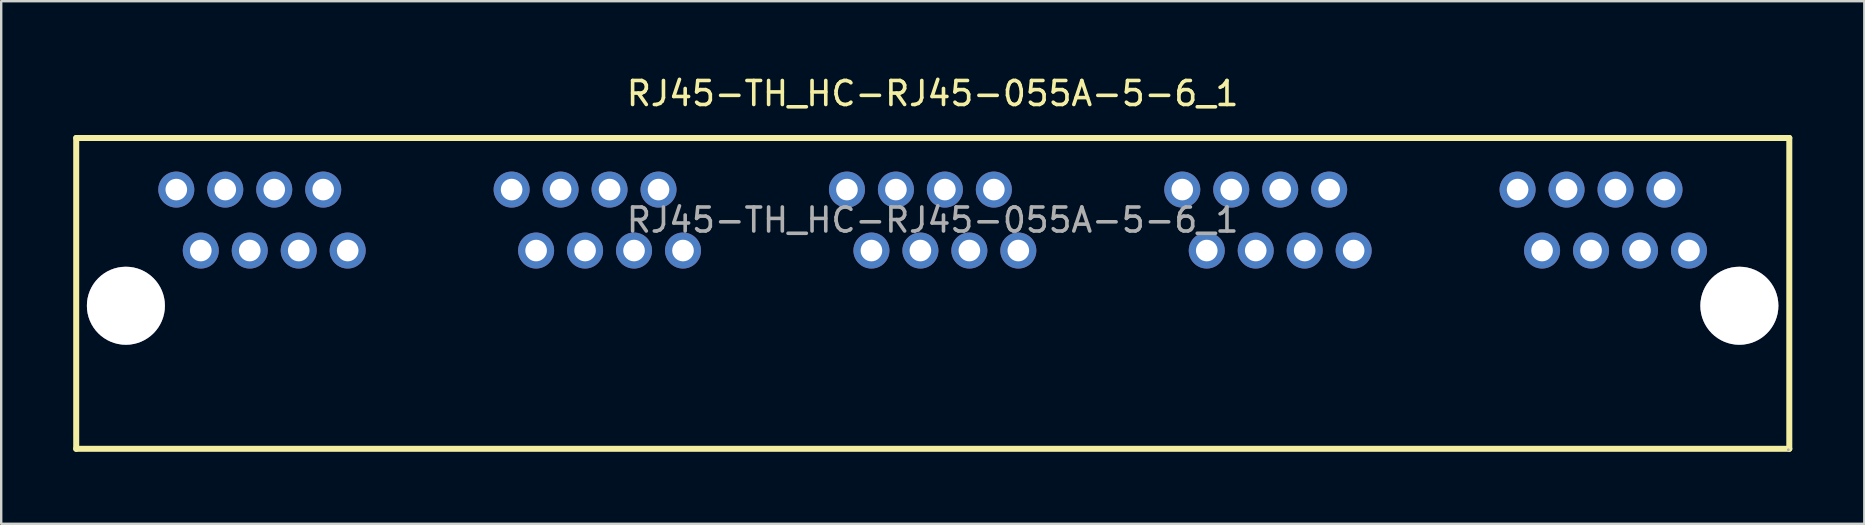
<source format=kicad_pcb>
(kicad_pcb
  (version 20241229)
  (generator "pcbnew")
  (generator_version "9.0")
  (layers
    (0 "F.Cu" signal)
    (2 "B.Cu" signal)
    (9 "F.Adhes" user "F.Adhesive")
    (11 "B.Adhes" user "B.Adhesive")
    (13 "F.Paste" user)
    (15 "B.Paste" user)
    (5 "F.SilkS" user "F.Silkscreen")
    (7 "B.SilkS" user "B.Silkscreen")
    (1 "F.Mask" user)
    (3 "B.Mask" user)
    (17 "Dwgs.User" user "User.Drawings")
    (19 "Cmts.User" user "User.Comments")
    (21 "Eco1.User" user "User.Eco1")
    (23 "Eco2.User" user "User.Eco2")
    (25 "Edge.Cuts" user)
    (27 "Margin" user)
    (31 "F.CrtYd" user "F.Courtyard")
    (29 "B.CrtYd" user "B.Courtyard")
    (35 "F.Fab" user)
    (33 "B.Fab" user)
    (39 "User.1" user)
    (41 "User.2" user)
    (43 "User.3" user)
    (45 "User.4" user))
  (footprint "RJ45-TH_HC-RJ45-055A-5-6_1"
    (layer "F.Cu")
    (at 35.805 6.118)
    (property "Reference" "RJ45-TH_HC-RJ45-055A-5-6_1" (at 0 -5.27 0) (layer "F.SilkS") (effects (font (size 1 1) (thickness 0.15))))
    (attr through_hole)
    (fp_line (start -35.68 -3.42) (end -35.68 9.53) (stroke (width 0.25) (type solid)) (layer "F.SilkS"))
    (fp_line (start -35.68 9.53) (end 35.69 9.53) (stroke (width 0.25) (type solid)) (layer "F.SilkS"))
    (fp_line (start 35.69 -3.42) (end -35.68 -3.42) (stroke (width 0.25) (type solid)) (layer "F.SilkS"))
    (fp_line (start 35.69 9.53) (end 35.69 -3.42) (stroke (width 0.25) (type solid)) (layer "F.SilkS"))
    (fp_circle (center -33.61 3.57) (end -32.91 3.57) (stroke (width 1.4) (type solid)) (fill no) (layer "Cmts.User"))
    (fp_circle (center 33.61 3.57) (end 34.31 3.57) (stroke (width 1.4) (type solid)) (fill no) (layer "Cmts.User"))
    (fp_circle (center -31.51 -1.27) (end -31.39 -1.27) (stroke (width 0.23) (type solid)) (fill no) (layer "F.Fab"))
    (fp_circle (center -30.49 1.27) (end -30.37 1.27) (stroke (width 0.23) (type solid)) (fill no) (layer "F.Fab"))
    (fp_circle (center -29.47 -1.27) (end -29.35 -1.27) (stroke (width 0.23) (type solid)) (fill no) (layer "F.Fab"))
    (fp_circle (center -28.45 1.27) (end -28.33 1.27) (stroke (width 0.23) (type solid)) (fill no) (layer "F.Fab"))
    (fp_circle (center -27.43 -1.27) (end -27.31 -1.27) (stroke (width 0.23) (type solid)) (fill no) (layer "F.Fab"))
    (fp_circle (center -26.41 1.27) (end -26.29 1.27) (stroke (width 0.23) (type solid)) (fill no) (layer "F.Fab"))
    (fp_circle (center -25.39 -1.27) (end -25.27 -1.27) (stroke (width 0.23) (type solid)) (fill no) (layer "F.Fab"))
    (fp_circle (center -24.37 1.27) (end -24.25 1.27) (stroke (width 0.23) (type solid)) (fill no) (layer "F.Fab"))
    (fp_circle (center -17.54 -1.27) (end -17.42 -1.27) (stroke (width 0.23) (type solid)) (fill no) (layer "F.Fab"))
    (fp_circle (center -16.52 1.27) (end -16.4 1.27) (stroke (width 0.23) (type solid)) (fill no) (layer "F.Fab"))
    (fp_circle (center -15.5 -1.27) (end -15.38 -1.27) (stroke (width 0.23) (type solid)) (fill no) (layer "F.Fab"))
    (fp_circle (center -14.48 1.27) (end -14.36 1.27) (stroke (width 0.23) (type solid)) (fill no) (layer "F.Fab"))
    (fp_circle (center -13.46 -1.27) (end -13.34 -1.27) (stroke (width 0.23) (type solid)) (fill no) (layer "F.Fab"))
    (fp_circle (center -12.44 1.27) (end -12.32 1.27) (stroke (width 0.23) (type solid)) (fill no) (layer "F.Fab"))
    (fp_circle (center -11.42 -1.27) (end -11.3 -1.27) (stroke (width 0.23) (type solid)) (fill no) (layer "F.Fab"))
    (fp_circle (center -10.4 1.27) (end -10.28 1.27) (stroke (width 0.23) (type solid)) (fill no) (layer "F.Fab"))
    (fp_circle (center -3.57 -1.27) (end -3.45 -1.27) (stroke (width 0.23) (type solid)) (fill no) (layer "F.Fab"))
    (fp_circle (center -2.55 1.27) (end -2.43 1.27) (stroke (width 0.23) (type solid)) (fill no) (layer "F.Fab"))
    (fp_circle (center -1.53 -1.27) (end -1.41 -1.27) (stroke (width 0.23) (type solid)) (fill no) (layer "F.Fab"))
    (fp_circle (center -0.51 1.27) (end -0.39 1.27) (stroke (width 0.23) (type solid)) (fill no) (layer "F.Fab"))
    (fp_circle (center 0.51 -1.27) (end 0.63 -1.27) (stroke (width 0.23) (type solid)) (fill no) (layer "F.Fab"))
    (fp_circle (center 1.53 1.27) (end 1.65 1.27) (stroke (width 0.23) (type solid)) (fill no) (layer "F.Fab"))
    (fp_circle (center 2.55 -1.27) (end 2.67 -1.27) (stroke (width 0.23) (type solid)) (fill no) (layer "F.Fab"))
    (fp_circle (center 3.57 1.27) (end 3.69 1.27) (stroke (width 0.23) (type solid)) (fill no) (layer "F.Fab"))
    (fp_circle (center 10.4 -1.27) (end 10.52 -1.27) (stroke (width 0.23) (type solid)) (fill no) (layer "F.Fab"))
    (fp_circle (center 11.42 1.27) (end 11.54 1.27) (stroke (width 0.23) (type solid)) (fill no) (layer "F.Fab"))
    (fp_circle (center 12.44 -1.27) (end 12.56 -1.27) (stroke (width 0.23) (type solid)) (fill no) (layer "F.Fab"))
    (fp_circle (center 13.46 1.27) (end 13.58 1.27) (stroke (width 0.23) (type solid)) (fill no) (layer "F.Fab"))
    (fp_circle (center 14.48 -1.27) (end 14.6 -1.27) (stroke (width 0.23) (type solid)) (fill no) (layer "F.Fab"))
    (fp_circle (center 15.5 1.27) (end 15.62 1.27) (stroke (width 0.23) (type solid)) (fill no) (layer "F.Fab"))
    (fp_circle (center 16.52 -1.27) (end 16.64 -1.27) (stroke (width 0.23) (type solid)) (fill no) (layer "F.Fab"))
    (fp_circle (center 17.54 1.27) (end 17.66 1.27) (stroke (width 0.23) (type solid)) (fill no) (layer "F.Fab"))
    (fp_circle (center 24.37 -1.27) (end 24.49 -1.27) (stroke (width 0.23) (type solid)) (fill no) (layer "F.Fab"))
    (fp_circle (center 25.39 1.27) (end 25.51 1.27) (stroke (width 0.23) (type solid)) (fill no) (layer "F.Fab"))
    (fp_circle (center 26.41 -1.27) (end 26.53 -1.27) (stroke (width 0.23) (type solid)) (fill no) (layer "F.Fab"))
    (fp_circle (center 27.43 1.27) (end 27.55 1.27) (stroke (width 0.23) (type solid)) (fill no) (layer "F.Fab"))
    (fp_circle (center 28.45 -1.27) (end 28.57 -1.27) (stroke (width 0.23) (type solid)) (fill no) (layer "F.Fab"))
    (fp_circle (center 29.47 1.27) (end 29.59 1.27) (stroke (width 0.23) (type solid)) (fill no) (layer "F.Fab"))
    (fp_circle (center 30.49 -1.27) (end 30.61 -1.27) (stroke (width 0.23) (type solid)) (fill no) (layer "F.Fab"))
    (fp_circle (center 31.51 1.27) (end 31.63 1.27) (stroke (width 0.23) (type solid)) (fill no) (layer "F.Fab"))
    (fp_circle (center 35.65 9.57) (end 35.68 9.57) (stroke (width 0.06) (type solid)) (fill no) (layer "F.Fab"))
    (fp_text user "${REFERENCE}" (at 0 0 0) (layer "F.Fab") (effects (font (size 1 1) (thickness 0.15))))
    (pad "" thru_hole circle (at -33.61 3.57) (size 3.25 3.25) (drill 3.25) (layers "*.Cu" "*.Mask"))
    (pad "" thru_hole circle (at 33.61 3.57) (size 3.25 3.25) (drill 3.25) (layers "*.Cu" "*.Mask"))
    (pad "1" thru_hole circle (at 31.51 1.27) (size 1.5 1.5) (drill 0.9) (layers "*.Cu" "*.Mask"))
    (pad "2" thru_hole circle (at 30.49 -1.27) (size 1.5 1.5) (drill 0.9) (layers "*.Cu" "*.Mask"))
    (pad "3" thru_hole circle (at 29.47 1.27) (size 1.5 1.5) (drill 0.9) (layers "*.Cu" "*.Mask"))
    (pad "4" thru_hole circle (at 28.45 -1.27) (size 1.5 1.5) (drill 0.9) (layers "*.Cu" "*.Mask"))
    (pad "5" thru_hole circle (at 27.43 1.27) (size 1.5 1.5) (drill 0.9) (layers "*.Cu" "*.Mask"))
    (pad "6" thru_hole circle (at 26.41 -1.27) (size 1.5 1.5) (drill 0.9) (layers "*.Cu" "*.Mask"))
    (pad "7" thru_hole circle (at 25.39 1.27) (size 1.5 1.5) (drill 0.9) (layers "*.Cu" "*.Mask"))
    (pad "8" thru_hole circle (at 24.37 -1.27) (size 1.5 1.5) (drill 0.9) (layers "*.Cu" "*.Mask"))
    (pad "9" thru_hole circle (at 17.54 1.27) (size 1.5 1.5) (drill 0.9) (layers "*.Cu" "*.Mask"))
    (pad "10" thru_hole circle (at 16.52 -1.27) (size 1.5 1.5) (drill 0.9) (layers "*.Cu" "*.Mask"))
    (pad "11" thru_hole circle (at 15.5 1.27) (size 1.5 1.5) (drill 0.9) (layers "*.Cu" "*.Mask"))
    (pad "12" thru_hole circle (at 14.48 -1.27) (size 1.5 1.5) (drill 0.9) (layers "*.Cu" "*.Mask"))
    (pad "13" thru_hole circle (at 13.46 1.27) (size 1.5 1.5) (drill 0.9) (layers "*.Cu" "*.Mask"))
    (pad "14" thru_hole circle (at 12.44 -1.27) (size 1.5 1.5) (drill 0.9) (layers "*.Cu" "*.Mask"))
    (pad "15" thru_hole circle (at 11.42 1.27) (size 1.5 1.5) (drill 0.9) (layers "*.Cu" "*.Mask"))
    (pad "16" thru_hole circle (at 10.4 -1.27) (size 1.5 1.5) (drill 0.9) (layers "*.Cu" "*.Mask"))
    (pad "17" thru_hole circle (at 3.57 1.27) (size 1.5 1.5) (drill 0.9) (layers "*.Cu" "*.Mask"))
    (pad "18" thru_hole circle (at 2.55 -1.27) (size 1.5 1.5) (drill 0.9) (layers "*.Cu" "*.Mask"))
    (pad "19" thru_hole circle (at 1.53 1.27) (size 1.5 1.5) (drill 0.9) (layers "*.Cu" "*.Mask"))
    (pad "20" thru_hole circle (at 0.51 -1.27) (size 1.5 1.5) (drill 0.9) (layers "*.Cu" "*.Mask"))
    (pad "21" thru_hole circle (at -0.51 1.27) (size 1.5 1.5) (drill 0.9) (layers "*.Cu" "*.Mask"))
    (pad "22" thru_hole circle (at -1.53 -1.27) (size 1.5 1.5) (drill 0.9) (layers "*.Cu" "*.Mask"))
    (pad "23" thru_hole circle (at -2.55 1.27) (size 1.5 1.5) (drill 0.9) (layers "*.Cu" "*.Mask"))
    (pad "24" thru_hole circle (at -3.57 -1.27) (size 1.5 1.5) (drill 0.9) (layers "*.Cu" "*.Mask"))
    (pad "25" thru_hole circle (at -10.4 1.27) (size 1.5 1.5) (drill 0.9) (layers "*.Cu" "*.Mask"))
    (pad "26" thru_hole circle (at -11.42 -1.27) (size 1.5 1.5) (drill 0.9) (layers "*.Cu" "*.Mask"))
    (pad "27" thru_hole circle (at -12.44 1.27) (size 1.5 1.5) (drill 0.9) (layers "*.Cu" "*.Mask"))
    (pad "28" thru_hole circle (at -13.46 -1.27) (size 1.5 1.5) (drill 0.9) (layers "*.Cu" "*.Mask"))
    (pad "29" thru_hole circle (at -14.48 1.27) (size 1.5 1.5) (drill 0.9) (layers "*.Cu" "*.Mask"))
    (pad "30" thru_hole circle (at -15.5 -1.27) (size 1.5 1.5) (drill 0.9) (layers "*.Cu" "*.Mask"))
    (pad "31" thru_hole circle (at -16.52 1.27) (size 1.5 1.5) (drill 0.9) (layers "*.Cu" "*.Mask"))
    (pad "32" thru_hole circle (at -17.54 -1.27) (size 1.5 1.5) (drill 0.9) (layers "*.Cu" "*.Mask"))
    (pad "33" thru_hole circle (at -24.37 1.27) (size 1.5 1.5) (drill 0.9) (layers "*.Cu" "*.Mask"))
    (pad "34" thru_hole circle (at -25.39 -1.27) (size 1.5 1.5) (drill 0.9) (layers "*.Cu" "*.Mask"))
    (pad "35" thru_hole circle (at -26.41 1.27) (size 1.5 1.5) (drill 0.9) (layers "*.Cu" "*.Mask"))
    (pad "36" thru_hole circle (at -27.43 -1.27) (size 1.5 1.5) (drill 0.9) (layers "*.Cu" "*.Mask"))
    (pad "37" thru_hole circle (at -28.45 1.27) (size 1.5 1.5) (drill 0.9) (layers "*.Cu" "*.Mask"))
    (pad "38" thru_hole circle (at -29.47 -1.27) (size 1.5 1.5) (drill 0.9) (layers "*.Cu" "*.Mask"))
    (pad "39" thru_hole circle (at -30.49 1.27) (size 1.5 1.5) (drill 0.9) (layers "*.Cu" "*.Mask"))
    (pad "40" thru_hole circle (at -31.51 -1.27) (size 1.5 1.5) (drill 0.9) (layers "*.Cu" "*.Mask")))
  (gr_rect
    (start -3 -3)
    (end 74.62 18.773)
    (stroke (width 0.1) (type default))
    (fill no)
    (layer "Edge.Cuts")))
</source>
